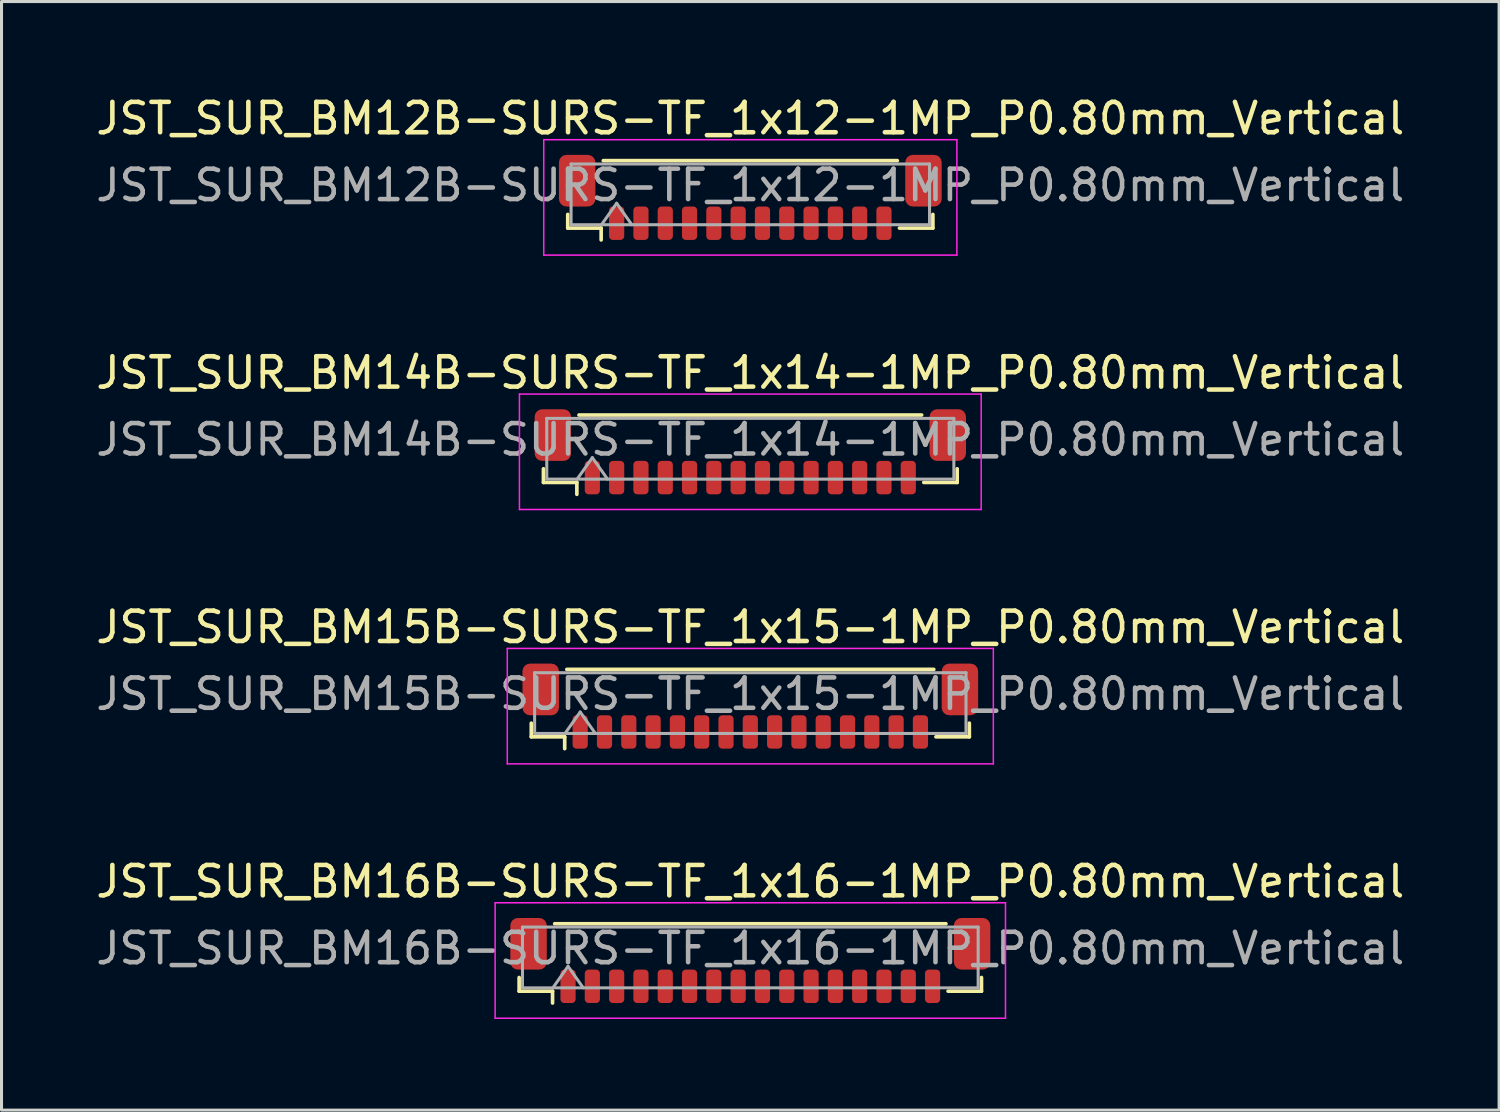
<source format=kicad_pcb>
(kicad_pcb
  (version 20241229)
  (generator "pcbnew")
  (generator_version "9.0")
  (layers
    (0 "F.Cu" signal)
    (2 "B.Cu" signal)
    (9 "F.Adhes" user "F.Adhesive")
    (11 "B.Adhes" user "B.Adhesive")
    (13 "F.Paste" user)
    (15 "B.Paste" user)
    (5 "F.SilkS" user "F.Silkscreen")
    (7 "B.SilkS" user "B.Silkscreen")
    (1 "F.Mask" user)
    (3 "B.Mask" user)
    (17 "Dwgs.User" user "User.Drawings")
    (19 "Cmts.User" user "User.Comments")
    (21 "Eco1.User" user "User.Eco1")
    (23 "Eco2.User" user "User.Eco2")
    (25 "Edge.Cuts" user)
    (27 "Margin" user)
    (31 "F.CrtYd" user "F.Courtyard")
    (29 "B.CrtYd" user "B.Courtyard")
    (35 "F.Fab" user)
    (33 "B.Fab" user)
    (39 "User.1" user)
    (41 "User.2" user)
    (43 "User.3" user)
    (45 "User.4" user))
  (footprint "JST_SUR_BM14B-SURS-TF_1x14-1MP_P0.80mm_Vertical"
    (layer "F.Cu")
    (at 21.649 11.822)
    (property "Reference" "JST_SUR_BM14B-SURS-TF_1x14-1MP_P0.80mm_Vertical" (at 0 -2.6 0) (layer "F.SilkS") (effects (font (size 1 1) (thickness 0.15))))
    (attr smd)
    (fp_line (start -6.81 0.56) (end -6.81 1.01) (stroke (width 0.12) (type solid)) (layer "F.SilkS"))
    (fp_line (start -6.81 1.01) (end -5.71 1.01) (stroke (width 0.12) (type solid)) (layer "F.SilkS"))
    (fp_line (start -5.71 1.01) (end -5.71 1.4) (stroke (width 0.12) (type solid)) (layer "F.SilkS"))
    (fp_line (start -5.64 -1.21) (end 5.64 -1.21) (stroke (width 0.12) (type solid)) (layer "F.SilkS"))
    (fp_line (start 6.81 0.56) (end 6.81 1.01) (stroke (width 0.12) (type solid)) (layer "F.SilkS"))
    (fp_line (start 6.81 1.01) (end 5.71 1.01) (stroke (width 0.12) (type solid)) (layer "F.SilkS"))
    (fp_line (start -7.6 -1.9) (end -7.6 1.9) (stroke (width 0.05) (type solid)) (layer "F.CrtYd"))
    (fp_line (start -7.6 1.9) (end 7.6 1.9) (stroke (width 0.05) (type solid)) (layer "F.CrtYd"))
    (fp_line (start 7.6 -1.9) (end -7.6 -1.9) (stroke (width 0.05) (type solid)) (layer "F.CrtYd"))
    (fp_line (start 7.6 1.9) (end 7.6 -1.9) (stroke (width 0.05) (type solid)) (layer "F.CrtYd"))
    (fp_line (start -6.7 -1.1) (end 6.7 -1.1) (stroke (width 0.1) (type solid)) (layer "F.Fab"))
    (fp_line (start -6.7 0.9) (end -6.7 -1.1) (stroke (width 0.1) (type solid)) (layer "F.Fab"))
    (fp_line (start -6.7 0.9) (end 6.7 0.9) (stroke (width 0.1) (type solid)) (layer "F.Fab"))
    (fp_line (start -5.7 0.9) (end -5.2 0.193) (stroke (width 0.1) (type solid)) (layer "F.Fab"))
    (fp_line (start -5.2 0.193) (end -4.7 0.9) (stroke (width 0.1) (type solid)) (layer "F.Fab"))
    (fp_line (start 6.7 0.9) (end 6.7 -1.1) (stroke (width 0.1) (type solid)) (layer "F.Fab"))
    (fp_text user "${REFERENCE}" (at 0 -0.4 0) (layer "F.Fab") (effects (font (size 1 1) (thickness 0.15))))
    (pad "1" smd roundrect (at -5.2 0.85) (size 0.5 1.1) (layers "F.Cu" "F.Mask" "F.Paste") (roundrect_rratio 0.25))
    (pad "2" smd roundrect (at -4.4 0.85) (size 0.5 1.1) (layers "F.Cu" "F.Mask" "F.Paste") (roundrect_rratio 0.25))
    (pad "3" smd roundrect (at -3.6 0.85) (size 0.5 1.1) (layers "F.Cu" "F.Mask" "F.Paste") (roundrect_rratio 0.25))
    (pad "4" smd roundrect (at -2.8 0.85) (size 0.5 1.1) (layers "F.Cu" "F.Mask" "F.Paste") (roundrect_rratio 0.25))
    (pad "5" smd roundrect (at -2 0.85) (size 0.5 1.1) (layers "F.Cu" "F.Mask" "F.Paste") (roundrect_rratio 0.25))
    (pad "6" smd roundrect (at -1.2 0.85) (size 0.5 1.1) (layers "F.Cu" "F.Mask" "F.Paste") (roundrect_rratio 0.25))
    (pad "7" smd roundrect (at -0.4 0.85) (size 0.5 1.1) (layers "F.Cu" "F.Mask" "F.Paste") (roundrect_rratio 0.25))
    (pad "8" smd roundrect (at 0.4 0.85) (size 0.5 1.1) (layers "F.Cu" "F.Mask" "F.Paste") (roundrect_rratio 0.25))
    (pad "9" smd roundrect (at 1.2 0.85) (size 0.5 1.1) (layers "F.Cu" "F.Mask" "F.Paste") (roundrect_rratio 0.25))
    (pad "10" smd roundrect (at 2 0.85) (size 0.5 1.1) (layers "F.Cu" "F.Mask" "F.Paste") (roundrect_rratio 0.25))
    (pad "11" smd roundrect (at 2.8 0.85) (size 0.5 1.1) (layers "F.Cu" "F.Mask" "F.Paste") (roundrect_rratio 0.25))
    (pad "12" smd roundrect (at 3.6 0.85) (size 0.5 1.1) (layers "F.Cu" "F.Mask" "F.Paste") (roundrect_rratio 0.25))
    (pad "13" smd roundrect (at 4.4 0.85) (size 0.5 1.1) (layers "F.Cu" "F.Mask" "F.Paste") (roundrect_rratio 0.25))
    (pad "14" smd roundrect (at 5.2 0.85) (size 0.5 1.1) (layers "F.Cu" "F.Mask" "F.Paste") (roundrect_rratio 0.25))
    (pad "MP" smd roundrect (at -6.5 -0.55) (size 1.2 1.7) (layers "F.Cu" "F.Mask" "F.Paste") (roundrect_rratio 0.208))
    (pad "MP" smd roundrect (at 6.5 -0.55) (size 1.2 1.7) (layers "F.Cu" "F.Mask" "F.Paste") (roundrect_rratio 0.208)))
  (footprint "JST_SUR_BM15B-SURS-TF_1x15-1MP_P0.80mm_Vertical"
    (layer "F.Cu")
    (at 21.649 20.195)
    (property "Reference" "JST_SUR_BM15B-SURS-TF_1x15-1MP_P0.80mm_Vertical" (at 0 -2.6 0) (layer "F.SilkS") (effects (font (size 1 1) (thickness 0.15))))
    (attr smd)
    (fp_line (start -7.21 0.56) (end -7.21 1.01) (stroke (width 0.12) (type solid)) (layer "F.SilkS"))
    (fp_line (start -7.21 1.01) (end -6.11 1.01) (stroke (width 0.12) (type solid)) (layer "F.SilkS"))
    (fp_line (start -6.11 1.01) (end -6.11 1.4) (stroke (width 0.12) (type solid)) (layer "F.SilkS"))
    (fp_line (start -6.04 -1.21) (end 6.04 -1.21) (stroke (width 0.12) (type solid)) (layer "F.SilkS"))
    (fp_line (start 7.21 0.56) (end 7.21 1.01) (stroke (width 0.12) (type solid)) (layer "F.SilkS"))
    (fp_line (start 7.21 1.01) (end 6.11 1.01) (stroke (width 0.12) (type solid)) (layer "F.SilkS"))
    (fp_line (start -8 -1.9) (end -8 1.9) (stroke (width 0.05) (type solid)) (layer "F.CrtYd"))
    (fp_line (start -8 1.9) (end 8 1.9) (stroke (width 0.05) (type solid)) (layer "F.CrtYd"))
    (fp_line (start 8 -1.9) (end -8 -1.9) (stroke (width 0.05) (type solid)) (layer "F.CrtYd"))
    (fp_line (start 8 1.9) (end 8 -1.9) (stroke (width 0.05) (type solid)) (layer "F.CrtYd"))
    (fp_line (start -7.1 -1.1) (end 7.1 -1.1) (stroke (width 0.1) (type solid)) (layer "F.Fab"))
    (fp_line (start -7.1 0.9) (end -7.1 -1.1) (stroke (width 0.1) (type solid)) (layer "F.Fab"))
    (fp_line (start -7.1 0.9) (end 7.1 0.9) (stroke (width 0.1) (type solid)) (layer "F.Fab"))
    (fp_line (start -6.1 0.9) (end -5.6 0.193) (stroke (width 0.1) (type solid)) (layer "F.Fab"))
    (fp_line (start -5.6 0.193) (end -5.1 0.9) (stroke (width 0.1) (type solid)) (layer "F.Fab"))
    (fp_line (start 7.1 0.9) (end 7.1 -1.1) (stroke (width 0.1) (type solid)) (layer "F.Fab"))
    (fp_text user "${REFERENCE}" (at 0 -0.4 0) (layer "F.Fab") (effects (font (size 1 1) (thickness 0.15))))
    (pad "1" smd roundrect (at -5.6 0.85) (size 0.5 1.1) (layers "F.Cu" "F.Mask" "F.Paste") (roundrect_rratio 0.25))
    (pad "2" smd roundrect (at -4.8 0.85) (size 0.5 1.1) (layers "F.Cu" "F.Mask" "F.Paste") (roundrect_rratio 0.25))
    (pad "3" smd roundrect (at -4 0.85) (size 0.5 1.1) (layers "F.Cu" "F.Mask" "F.Paste") (roundrect_rratio 0.25))
    (pad "4" smd roundrect (at -3.2 0.85) (size 0.5 1.1) (layers "F.Cu" "F.Mask" "F.Paste") (roundrect_rratio 0.25))
    (pad "5" smd roundrect (at -2.4 0.85) (size 0.5 1.1) (layers "F.Cu" "F.Mask" "F.Paste") (roundrect_rratio 0.25))
    (pad "6" smd roundrect (at -1.6 0.85) (size 0.5 1.1) (layers "F.Cu" "F.Mask" "F.Paste") (roundrect_rratio 0.25))
    (pad "7" smd roundrect (at -0.8 0.85) (size 0.5 1.1) (layers "F.Cu" "F.Mask" "F.Paste") (roundrect_rratio 0.25))
    (pad "8" smd roundrect (at 0 0.85) (size 0.5 1.1) (layers "F.Cu" "F.Mask" "F.Paste") (roundrect_rratio 0.25))
    (pad "9" smd roundrect (at 0.8 0.85) (size 0.5 1.1) (layers "F.Cu" "F.Mask" "F.Paste") (roundrect_rratio 0.25))
    (pad "10" smd roundrect (at 1.6 0.85) (size 0.5 1.1) (layers "F.Cu" "F.Mask" "F.Paste") (roundrect_rratio 0.25))
    (pad "11" smd roundrect (at 2.4 0.85) (size 0.5 1.1) (layers "F.Cu" "F.Mask" "F.Paste") (roundrect_rratio 0.25))
    (pad "12" smd roundrect (at 3.2 0.85) (size 0.5 1.1) (layers "F.Cu" "F.Mask" "F.Paste") (roundrect_rratio 0.25))
    (pad "13" smd roundrect (at 4 0.85) (size 0.5 1.1) (layers "F.Cu" "F.Mask" "F.Paste") (roundrect_rratio 0.25))
    (pad "14" smd roundrect (at 4.8 0.85) (size 0.5 1.1) (layers "F.Cu" "F.Mask" "F.Paste") (roundrect_rratio 0.25))
    (pad "15" smd roundrect (at 5.6 0.85) (size 0.5 1.1) (layers "F.Cu" "F.Mask" "F.Paste") (roundrect_rratio 0.25))
    (pad "MP" smd roundrect (at -6.9 -0.55) (size 1.2 1.7) (layers "F.Cu" "F.Mask" "F.Paste") (roundrect_rratio 0.208))
    (pad "MP" smd roundrect (at 6.9 -0.55) (size 1.2 1.7) (layers "F.Cu" "F.Mask" "F.Paste") (roundrect_rratio 0.208)))
  (footprint "JST_SUR_BM16B-SURS-TF_1x16-1MP_P0.80mm_Vertical"
    (layer "F.Cu")
    (at 21.649 28.568)
    (property "Reference" "JST_SUR_BM16B-SURS-TF_1x16-1MP_P0.80mm_Vertical" (at 0 -2.6 0) (layer "F.SilkS") (effects (font (size 1 1) (thickness 0.15))))
    (attr smd)
    (fp_line (start -7.61 0.56) (end -7.61 1.01) (stroke (width 0.12) (type solid)) (layer "F.SilkS"))
    (fp_line (start -7.61 1.01) (end -6.51 1.01) (stroke (width 0.12) (type solid)) (layer "F.SilkS"))
    (fp_line (start -6.51 1.01) (end -6.51 1.4) (stroke (width 0.12) (type solid)) (layer "F.SilkS"))
    (fp_line (start -6.44 -1.21) (end 6.44 -1.21) (stroke (width 0.12) (type solid)) (layer "F.SilkS"))
    (fp_line (start 7.61 0.56) (end 7.61 1.01) (stroke (width 0.12) (type solid)) (layer "F.SilkS"))
    (fp_line (start 7.61 1.01) (end 6.51 1.01) (stroke (width 0.12) (type solid)) (layer "F.SilkS"))
    (fp_line (start -8.4 -1.9) (end -8.4 1.9) (stroke (width 0.05) (type solid)) (layer "F.CrtYd"))
    (fp_line (start -8.4 1.9) (end 8.4 1.9) (stroke (width 0.05) (type solid)) (layer "F.CrtYd"))
    (fp_line (start 8.4 -1.9) (end -8.4 -1.9) (stroke (width 0.05) (type solid)) (layer "F.CrtYd"))
    (fp_line (start 8.4 1.9) (end 8.4 -1.9) (stroke (width 0.05) (type solid)) (layer "F.CrtYd"))
    (fp_line (start -7.5 -1.1) (end 7.5 -1.1) (stroke (width 0.1) (type solid)) (layer "F.Fab"))
    (fp_line (start -7.5 0.9) (end -7.5 -1.1) (stroke (width 0.1) (type solid)) (layer "F.Fab"))
    (fp_line (start -7.5 0.9) (end 7.5 0.9) (stroke (width 0.1) (type solid)) (layer "F.Fab"))
    (fp_line (start -6.5 0.9) (end -6 0.193) (stroke (width 0.1) (type solid)) (layer "F.Fab"))
    (fp_line (start -6 0.193) (end -5.5 0.9) (stroke (width 0.1) (type solid)) (layer "F.Fab"))
    (fp_line (start 7.5 0.9) (end 7.5 -1.1) (stroke (width 0.1) (type solid)) (layer "F.Fab"))
    (fp_text user "${REFERENCE}" (at 0 -0.4 0) (layer "F.Fab") (effects (font (size 1 1) (thickness 0.15))))
    (pad "1" smd roundrect (at -6 0.85) (size 0.5 1.1) (layers "F.Cu" "F.Mask" "F.Paste") (roundrect_rratio 0.25))
    (pad "2" smd roundrect (at -5.2 0.85) (size 0.5 1.1) (layers "F.Cu" "F.Mask" "F.Paste") (roundrect_rratio 0.25))
    (pad "3" smd roundrect (at -4.4 0.85) (size 0.5 1.1) (layers "F.Cu" "F.Mask" "F.Paste") (roundrect_rratio 0.25))
    (pad "4" smd roundrect (at -3.6 0.85) (size 0.5 1.1) (layers "F.Cu" "F.Mask" "F.Paste") (roundrect_rratio 0.25))
    (pad "5" smd roundrect (at -2.8 0.85) (size 0.5 1.1) (layers "F.Cu" "F.Mask" "F.Paste") (roundrect_rratio 0.25))
    (pad "6" smd roundrect (at -2 0.85) (size 0.5 1.1) (layers "F.Cu" "F.Mask" "F.Paste") (roundrect_rratio 0.25))
    (pad "7" smd roundrect (at -1.2 0.85) (size 0.5 1.1) (layers "F.Cu" "F.Mask" "F.Paste") (roundrect_rratio 0.25))
    (pad "8" smd roundrect (at -0.4 0.85) (size 0.5 1.1) (layers "F.Cu" "F.Mask" "F.Paste") (roundrect_rratio 0.25))
    (pad "9" smd roundrect (at 0.4 0.85) (size 0.5 1.1) (layers "F.Cu" "F.Mask" "F.Paste") (roundrect_rratio 0.25))
    (pad "10" smd roundrect (at 1.2 0.85) (size 0.5 1.1) (layers "F.Cu" "F.Mask" "F.Paste") (roundrect_rratio 0.25))
    (pad "11" smd roundrect (at 2 0.85) (size 0.5 1.1) (layers "F.Cu" "F.Mask" "F.Paste") (roundrect_rratio 0.25))
    (pad "12" smd roundrect (at 2.8 0.85) (size 0.5 1.1) (layers "F.Cu" "F.Mask" "F.Paste") (roundrect_rratio 0.25))
    (pad "13" smd roundrect (at 3.6 0.85) (size 0.5 1.1) (layers "F.Cu" "F.Mask" "F.Paste") (roundrect_rratio 0.25))
    (pad "14" smd roundrect (at 4.4 0.85) (size 0.5 1.1) (layers "F.Cu" "F.Mask" "F.Paste") (roundrect_rratio 0.25))
    (pad "15" smd roundrect (at 5.2 0.85) (size 0.5 1.1) (layers "F.Cu" "F.Mask" "F.Paste") (roundrect_rratio 0.25))
    (pad "16" smd roundrect (at 6 0.85) (size 0.5 1.1) (layers "F.Cu" "F.Mask" "F.Paste") (roundrect_rratio 0.25))
    (pad "MP" smd roundrect (at -7.3 -0.55) (size 1.2 1.7) (layers "F.Cu" "F.Mask" "F.Paste") (roundrect_rratio 0.208))
    (pad "MP" smd roundrect (at 7.3 -0.55) (size 1.2 1.7) (layers "F.Cu" "F.Mask" "F.Paste") (roundrect_rratio 0.208)))
  (footprint "JST_SUR_BM12B-SURS-TF_1x12-1MP_P0.80mm_Vertical"
    (layer "F.Cu")
    (at 21.649 3.448)
    (property "Reference" "JST_SUR_BM12B-SURS-TF_1x12-1MP_P0.80mm_Vertical" (at 0 -2.6 0) (layer "F.SilkS") (effects (font (size 1 1) (thickness 0.15))))
    (attr smd)
    (fp_line (start -6.01 0.56) (end -6.01 1.01) (stroke (width 0.12) (type solid)) (layer "F.SilkS"))
    (fp_line (start -6.01 1.01) (end -4.91 1.01) (stroke (width 0.12) (type solid)) (layer "F.SilkS"))
    (fp_line (start -4.91 1.01) (end -4.91 1.4) (stroke (width 0.12) (type solid)) (layer "F.SilkS"))
    (fp_line (start -4.84 -1.21) (end 4.84 -1.21) (stroke (width 0.12) (type solid)) (layer "F.SilkS"))
    (fp_line (start 6.01 0.56) (end 6.01 1.01) (stroke (width 0.12) (type solid)) (layer "F.SilkS"))
    (fp_line (start 6.01 1.01) (end 4.91 1.01) (stroke (width 0.12) (type solid)) (layer "F.SilkS"))
    (fp_line (start -6.8 -1.9) (end -6.8 1.9) (stroke (width 0.05) (type solid)) (layer "F.CrtYd"))
    (fp_line (start -6.8 1.9) (end 6.8 1.9) (stroke (width 0.05) (type solid)) (layer "F.CrtYd"))
    (fp_line (start 6.8 -1.9) (end -6.8 -1.9) (stroke (width 0.05) (type solid)) (layer "F.CrtYd"))
    (fp_line (start 6.8 1.9) (end 6.8 -1.9) (stroke (width 0.05) (type solid)) (layer "F.CrtYd"))
    (fp_line (start -5.9 -1.1) (end 5.9 -1.1) (stroke (width 0.1) (type solid)) (layer "F.Fab"))
    (fp_line (start -5.9 0.9) (end -5.9 -1.1) (stroke (width 0.1) (type solid)) (layer "F.Fab"))
    (fp_line (start -5.9 0.9) (end 5.9 0.9) (stroke (width 0.1) (type solid)) (layer "F.Fab"))
    (fp_line (start -4.9 0.9) (end -4.4 0.193) (stroke (width 0.1) (type solid)) (layer "F.Fab"))
    (fp_line (start -4.4 0.193) (end -3.9 0.9) (stroke (width 0.1) (type solid)) (layer "F.Fab"))
    (fp_line (start 5.9 0.9) (end 5.9 -1.1) (stroke (width 0.1) (type solid)) (layer "F.Fab"))
    (fp_text user "${REFERENCE}" (at 0 -0.4 0) (layer "F.Fab") (effects (font (size 1 1) (thickness 0.15))))
    (pad "1" smd roundrect (at -4.4 0.85) (size 0.5 1.1) (layers "F.Cu" "F.Mask" "F.Paste") (roundrect_rratio 0.25))
    (pad "2" smd roundrect (at -3.6 0.85) (size 0.5 1.1) (layers "F.Cu" "F.Mask" "F.Paste") (roundrect_rratio 0.25))
    (pad "3" smd roundrect (at -2.8 0.85) (size 0.5 1.1) (layers "F.Cu" "F.Mask" "F.Paste") (roundrect_rratio 0.25))
    (pad "4" smd roundrect (at -2 0.85) (size 0.5 1.1) (layers "F.Cu" "F.Mask" "F.Paste") (roundrect_rratio 0.25))
    (pad "5" smd roundrect (at -1.2 0.85) (size 0.5 1.1) (layers "F.Cu" "F.Mask" "F.Paste") (roundrect_rratio 0.25))
    (pad "6" smd roundrect (at -0.4 0.85) (size 0.5 1.1) (layers "F.Cu" "F.Mask" "F.Paste") (roundrect_rratio 0.25))
    (pad "7" smd roundrect (at 0.4 0.85) (size 0.5 1.1) (layers "F.Cu" "F.Mask" "F.Paste") (roundrect_rratio 0.25))
    (pad "8" smd roundrect (at 1.2 0.85) (size 0.5 1.1) (layers "F.Cu" "F.Mask" "F.Paste") (roundrect_rratio 0.25))
    (pad "9" smd roundrect (at 2 0.85) (size 0.5 1.1) (layers "F.Cu" "F.Mask" "F.Paste") (roundrect_rratio 0.25))
    (pad "10" smd roundrect (at 2.8 0.85) (size 0.5 1.1) (layers "F.Cu" "F.Mask" "F.Paste") (roundrect_rratio 0.25))
    (pad "11" smd roundrect (at 3.6 0.85) (size 0.5 1.1) (layers "F.Cu" "F.Mask" "F.Paste") (roundrect_rratio 0.25))
    (pad "12" smd roundrect (at 4.4 0.85) (size 0.5 1.1) (layers "F.Cu" "F.Mask" "F.Paste") (roundrect_rratio 0.25))
    (pad "MP" smd roundrect (at -5.7 -0.55) (size 1.2 1.7) (layers "F.Cu" "F.Mask" "F.Paste") (roundrect_rratio 0.208))
    (pad "MP" smd roundrect (at 5.7 -0.55) (size 1.2 1.7) (layers "F.Cu" "F.Mask" "F.Paste") (roundrect_rratio 0.208)))
  (gr_rect
    (start -3 -3)
    (end 46.298 33.493)
    (stroke (width 0.1) (type default))
    (fill no)
    (layer "Edge.Cuts")))
</source>
